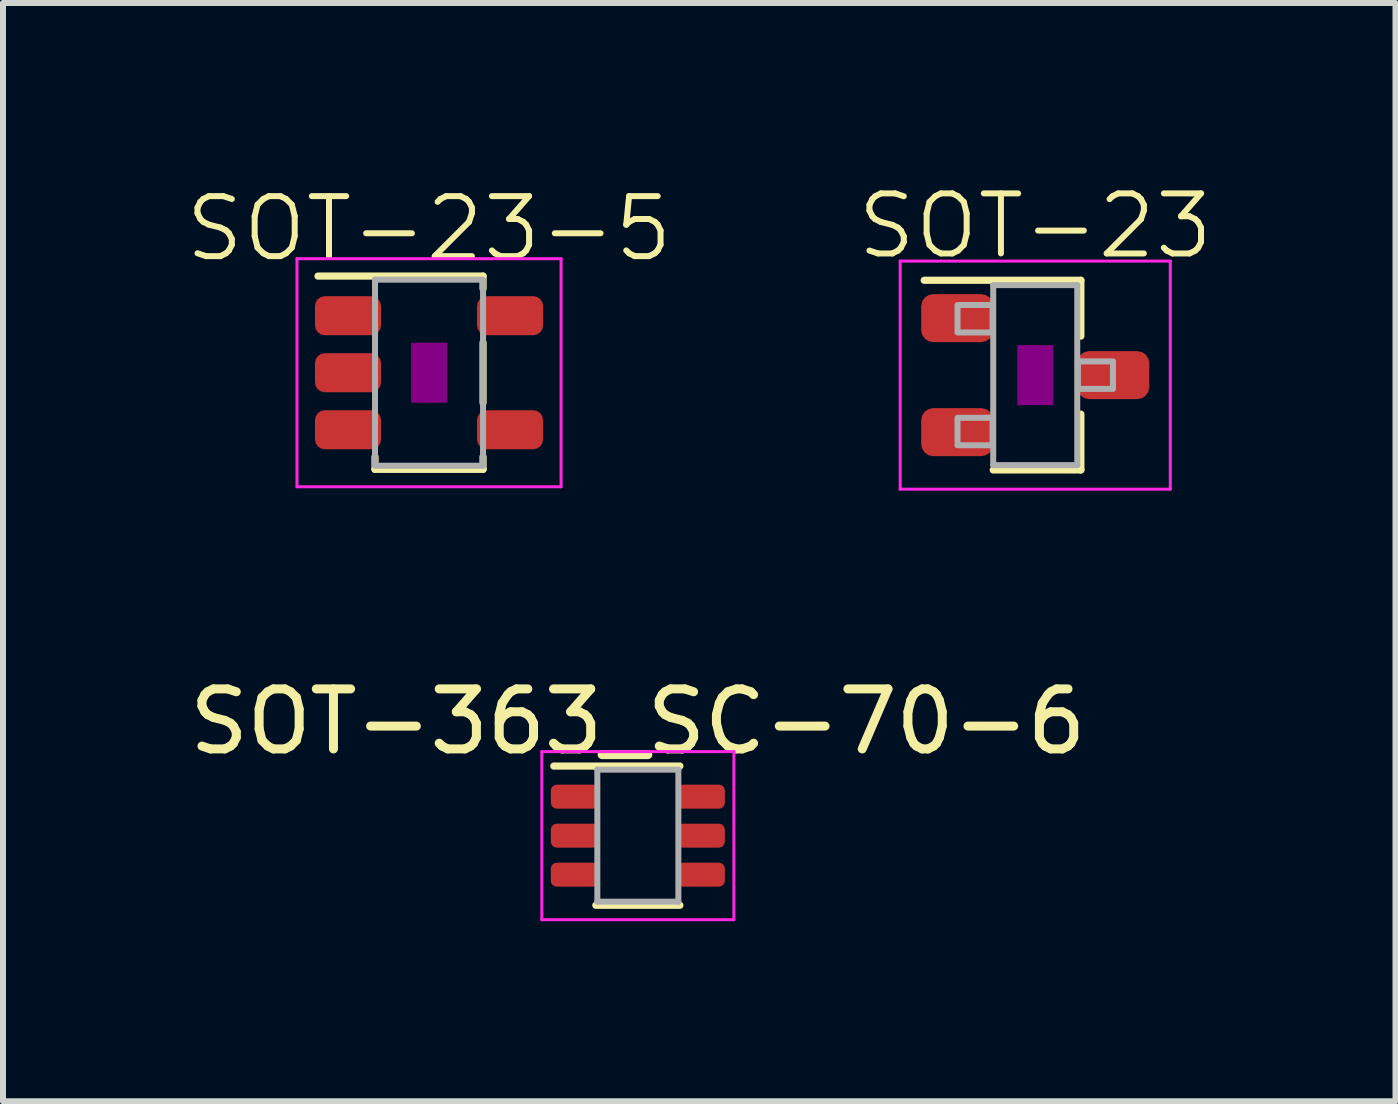
<source format=kicad_pcb>
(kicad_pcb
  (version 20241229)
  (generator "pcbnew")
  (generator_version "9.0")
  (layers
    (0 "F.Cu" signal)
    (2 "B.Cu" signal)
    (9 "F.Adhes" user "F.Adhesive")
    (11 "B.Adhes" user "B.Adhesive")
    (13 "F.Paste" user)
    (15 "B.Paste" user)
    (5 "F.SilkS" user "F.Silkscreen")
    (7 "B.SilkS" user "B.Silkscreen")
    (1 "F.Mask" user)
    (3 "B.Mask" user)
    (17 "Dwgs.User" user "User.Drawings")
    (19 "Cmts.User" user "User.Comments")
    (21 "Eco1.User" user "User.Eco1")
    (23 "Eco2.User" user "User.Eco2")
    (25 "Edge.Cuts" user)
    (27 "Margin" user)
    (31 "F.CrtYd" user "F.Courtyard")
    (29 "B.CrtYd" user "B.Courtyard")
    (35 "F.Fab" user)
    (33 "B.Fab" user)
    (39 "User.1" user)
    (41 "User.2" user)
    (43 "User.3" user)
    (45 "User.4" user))
  (footprint "SOT-363_SC-70-6"
    (layer "F.Cu")
    (at 7.577 10.873)
    (property "Reference" "SOT-363_SC-70-6" (at 0 -1.9 0) (layer "F.SilkS") (effects (font (size 1 1) (thickness 0.15))))
    (attr smd)
    (fp_line (start -0.7 1.16) (end 0.7 1.16) (stroke (width 0.12) (type solid)) (layer "F.SilkS"))
    (fp_line (start 0.7 -1.16) (end -1.4 -1.16) (stroke (width 0.12) (type solid)) (layer "F.SilkS"))
    (fp_line (start -1.6 -1.4) (end -1.6 1.4) (stroke (width 0.05) (type solid)) (layer "F.CrtYd"))
    (fp_line (start -1.6 -1.4) (end 1.6 -1.4) (stroke (width 0.05) (type solid)) (layer "F.CrtYd"))
    (fp_line (start -1.6 1.4) (end 1.6 1.4) (stroke (width 0.05) (type solid)) (layer "F.CrtYd"))
    (fp_line (start 1.6 1.4) (end 1.6 -1.4) (stroke (width 0.05) (type solid)) (layer "F.CrtYd"))
    (fp_line (start -0.675 -1.1) (end -0.675 1.1) (stroke (width 0.1) (type solid)) (layer "F.Fab"))
    (fp_line (start 0.675 -1.1) (end -0.675 -1.1) (stroke (width 0.1) (type solid)) (layer "F.Fab"))
    (fp_line (start 0.675 -1.1) (end 0.675 1.1) (stroke (width 0.1) (type solid)) (layer "F.Fab"))
    (fp_line (start 0.675 1.1) (end -0.675 1.1) (stroke (width 0.1) (type solid)) (layer "F.Fab"))
    (pad "1" smd roundrect (at -1.05 -0.65) (size 0.8 0.4) (layers "F.Cu" "F.Mask" "F.Paste") (roundrect_rratio 0.25))
    (pad "2" smd roundrect (at -1.05 0) (size 0.8 0.4) (layers "F.Cu" "F.Mask" "F.Paste") (roundrect_rratio 0.25))
    (pad "3" smd roundrect (at -1.05 0.65) (size 0.8 0.4) (layers "F.Cu" "F.Mask" "F.Paste") (roundrect_rratio 0.25))
    (pad "4" smd roundrect (at 1.05 0.65) (size 0.8 0.4) (layers "F.Cu" "F.Mask" "F.Paste") (roundrect_rratio 0.25))
    (pad "5" smd roundrect (at 1.05 0) (size 0.8 0.4) (layers "F.Cu" "F.Mask" "F.Paste") (roundrect_rratio 0.25))
    (pad "6" smd roundrect (at 1.05 -0.65) (size 0.8 0.4) (layers "F.Cu" "F.Mask" "F.Paste") (roundrect_rratio 0.25)))
  (footprint "SOT-23-5"
    (layer "F.Cu")
    (at 4.098 3.16)
    (property "Reference" "SOT-23-5" (at 0 -2.4 0) (layer "F.SilkS") (effects (font (size 1 1) (thickness 0.1))))
    (attr smd)
    (fp_line (start -0.9 1.61) (end -0.9 1.4) (stroke (width 0.12) (type solid)) (layer "F.SilkS"))
    (fp_line (start -0.9 1.61) (end 0.9 1.61) (stroke (width 0.12) (type solid)) (layer "F.SilkS"))
    (fp_line (start 0.9 -1.61) (end -1.85 -1.61) (stroke (width 0.12) (type solid)) (layer "F.SilkS"))
    (fp_line (start 0.9 -1.61) (end 0.9 -1.4) (stroke (width 0.12) (type solid)) (layer "F.SilkS"))
    (fp_line (start 0.9 0.5) (end 0.9 -0.5) (stroke (width 0.12) (type solid)) (layer "F.SilkS"))
    (fp_line (start 0.9 1.61) (end 0.9 1.4) (stroke (width 0.12) (type solid)) (layer "F.SilkS"))
    (fp_poly (pts (xy -0.3 -0.5) (xy -0.3 0.5) (xy 0.3 0.5) (xy 0.3 -0.5)) (stroke (width 0) (type solid)) (fill yes) (layer "F.Adhes"))
    (fp_line (start -2.2 -1.9) (end 2.2 -1.9) (stroke (width 0.05) (type solid)) (layer "F.CrtYd"))
    (fp_line (start -2.2 1.9) (end -2.2 -1.9) (stroke (width 0.05) (type solid)) (layer "F.CrtYd"))
    (fp_line (start 2.2 -1.9) (end 2.2 1.9) (stroke (width 0.05) (type solid)) (layer "F.CrtYd"))
    (fp_line (start 2.2 1.9) (end -2.2 1.9) (stroke (width 0.05) (type solid)) (layer "F.CrtYd"))
    (fp_line (start -0.9 -1.55) (end -0.9 1.55) (stroke (width 0.1) (type solid)) (layer "F.Fab"))
    (fp_line (start 0.9 -1.55) (end -0.9 -1.55) (stroke (width 0.1) (type solid)) (layer "F.Fab"))
    (fp_line (start 0.9 -1.55) (end 0.9 1.55) (stroke (width 0.1) (type solid)) (layer "F.Fab"))
    (fp_line (start 0.9 1.55) (end -0.9 1.55) (stroke (width 0.1) (type solid)) (layer "F.Fab"))
    (pad "1" smd roundrect (at -1.35 -0.95) (size 1.1 0.65) (layers "F.Cu" "F.Mask" "F.Paste") (roundrect_rratio 0.25))
    (pad "2" smd roundrect (at -1.35 0) (size 1.1 0.65) (layers "F.Cu" "F.Mask" "F.Paste") (roundrect_rratio 0.25))
    (pad "3" smd roundrect (at -1.35 0.95) (size 1.1 0.65) (layers "F.Cu" "F.Mask" "F.Paste") (roundrect_rratio 0.25))
    (pad "4" smd roundrect (at 1.35 0.95) (size 1.1 0.65) (layers "F.Cu" "F.Mask" "F.Paste") (roundrect_rratio 0.25))
    (pad "5" smd roundrect (at 1.35 -0.95) (size 1.1 0.65) (layers "F.Cu" "F.Mask" "F.Paste") (roundrect_rratio 0.25)))
  (footprint "SOT-23"
    (layer "F.Cu")
    (at 14.198 3.2)
    (property "Reference" "SOT-23" (at 0 -1.9 0) (layer "F.SilkS") (effects (font (size 1 1) (thickness 0.1)) (justify bottom)))
    (attr smd)
    (fp_line (start 0.76 -1.58) (end -1.85 -1.58) (stroke (width 0.12) (type solid)) (layer "F.SilkS"))
    (fp_line (start 0.76 -1.58) (end 0.76 -0.65) (stroke (width 0.12) (type solid)) (layer "F.SilkS"))
    (fp_line (start 0.76 1.58) (end -0.7 1.58) (stroke (width 0.12) (type solid)) (layer "F.SilkS"))
    (fp_line (start 0.76 1.58) (end 0.76 0.65) (stroke (width 0.12) (type solid)) (layer "F.SilkS"))
    (fp_poly (pts (xy -0.3 -0.5) (xy -0.3 0.5) (xy 0.3 0.5) (xy 0.3 -0.5)) (stroke (width 0) (type solid)) (fill yes) (layer "F.Adhes"))
    (fp_line (start -2.25 1.9) (end -2.25 -1.9) (stroke (width 0.05) (type solid)) (layer "F.CrtYd"))
    (fp_line (start 2.25 -1.9) (end -2.25 -1.9) (stroke (width 0.05) (type solid)) (layer "F.CrtYd"))
    (fp_line (start 2.25 1.9) (end -2.25 1.9) (stroke (width 0.05) (type solid)) (layer "F.CrtYd"))
    (fp_line (start 2.25 1.9) (end 2.25 -1.9) (stroke (width 0.05) (type solid)) (layer "F.CrtYd"))
    (fp_line (start -0.7 -1.5) (end 0.7 -1.5) (stroke (width 0.1) (type solid)) (layer "F.Fab"))
    (fp_line (start -0.7 1.5) (end -0.7 -1.5) (stroke (width 0.1) (type solid)) (layer "F.Fab"))
    (fp_line (start 0.7 -1.5) (end 0.7 1.5) (stroke (width 0.1) (type solid)) (layer "F.Fab"))
    (fp_line (start 0.7 1.5) (end -0.7 1.5) (stroke (width 0.1) (type solid)) (layer "F.Fab"))
    (fp_poly (pts (xy -1.295 -1.168) (xy -1.295 -0.711) (xy -0.711 -0.711) (xy -0.711 -1.168)) (stroke (width 0.1) (type solid)) (fill no) (layer "F.Fab"))
    (fp_poly (pts (xy -1.295 0.711) (xy -1.295 1.168) (xy -0.711 1.168) (xy -0.711 0.711)) (stroke (width 0.1) (type solid)) (fill no) (layer "F.Fab"))
    (fp_poly (pts (xy 0.711 -0.229) (xy 0.711 0.229) (xy 1.295 0.229) (xy 1.295 -0.229)) (stroke (width 0.1) (type solid)) (fill no) (layer "F.Fab"))
    (pad "1" smd roundrect (at -1.3 -0.95 270) (size 0.8 1.2) (layers "F.Cu" "F.Mask" "F.Paste") (roundrect_rratio 0.25))
    (pad "2" smd roundrect (at -1.3 0.95 270) (size 0.8 1.2) (layers "F.Cu" "F.Mask" "F.Paste") (roundrect_rratio 0.25))
    (pad "3" smd roundrect (at 1.3 0 270) (size 0.8 1.2) (layers "F.Cu" "F.Mask" "F.Paste") (roundrect_rratio 0.25)))
  (gr_rect
    (start -3 -3)
    (end 20.2 15.298)
    (stroke (width 0.1) (type default))
    (fill no)
    (layer "Edge.Cuts")))
</source>
